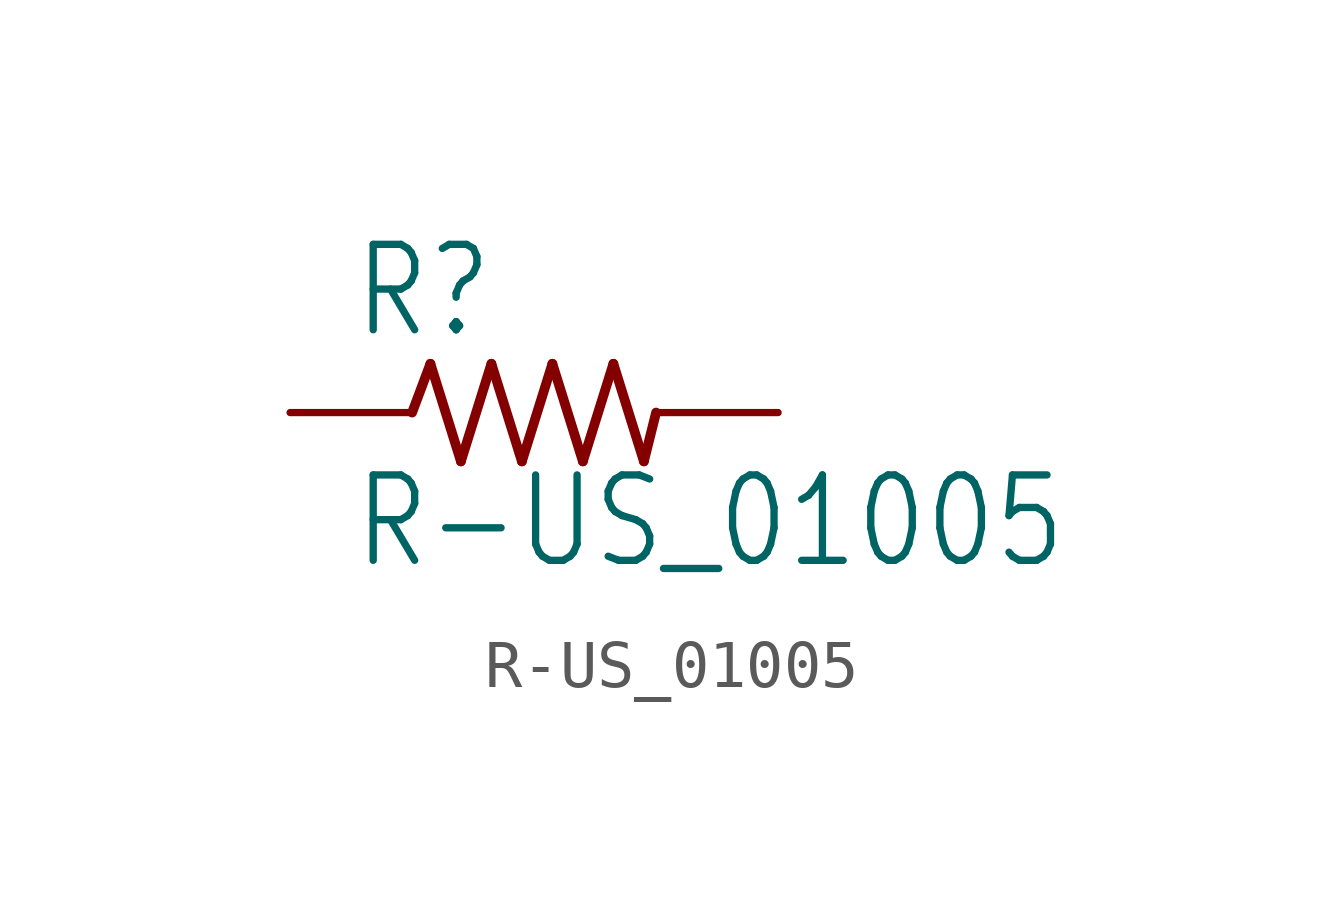
<source format=kicad_sym>
(kicad_symbol_lib
  (version 20200126)
  (host kicad_symbol_editor "(5.99.0-2281-g2f31bf278-dirty)")
  (symbol "R-US_01005"
    (property "Reference" "R"
      (at -3.81 1.499 0)
      (effects (font (size 1.778 1.511)) (justify left bottom)))
    (property "Value" "R-US_01005"
      (at -3.81 -3.302 0)
      (effects (font (size 1.778 1.511)) (justify left bottom)))
    (property "ki_locked" ""
      (at 0 0 0)
      (effects (font (size 1.27 1.27))))
    (symbol "R-US_01005_1_0"
      (polyline (pts (xy -2.54 0) (xy -2.159 1.016)) (stroke (width 0.203)) (fill (type none)))
      (polyline (pts (xy -2.159 1.016) (xy -1.524 -1.016)) (stroke (width 0.203)) (fill (type none)))
      (polyline (pts (xy -1.524 -1.016) (xy -0.889 1.016)) (stroke (width 0.203)) (fill (type none)))
      (polyline (pts (xy -0.889 1.016) (xy -0.254 -1.016)) (stroke (width 0.203)) (fill (type none)))
      (polyline (pts (xy -0.254 -1.016) (xy 0.381 1.016)) (stroke (width 0.203)) (fill (type none)))
      (polyline (pts (xy 0.381 1.016) (xy 1.016 -1.016)) (stroke (width 0.203)) (fill (type none)))
      (polyline (pts (xy 1.016 -1.016) (xy 1.651 1.016)) (stroke (width 0.203)) (fill (type none)))
      (polyline (pts (xy 1.651 1.016) (xy 2.286 -1.016)) (stroke (width 0.203)) (fill (type none)))
      (polyline (pts (xy 2.286 -1.016) (xy 2.54 0)) (stroke (width 0.203)) (fill (type none)))
      (pin passive line (at 5.08 0 180) (length 2.54) (name "2" (effects (font (size 0 0)))) (number "2" (effects (font (size 0 0)))))
      (pin passive line (at -5.08 0 0) (length 2.54) (name "1" (effects (font (size 0 0)))) (number "1" (effects (font (size 0 0))))))))
</source>
